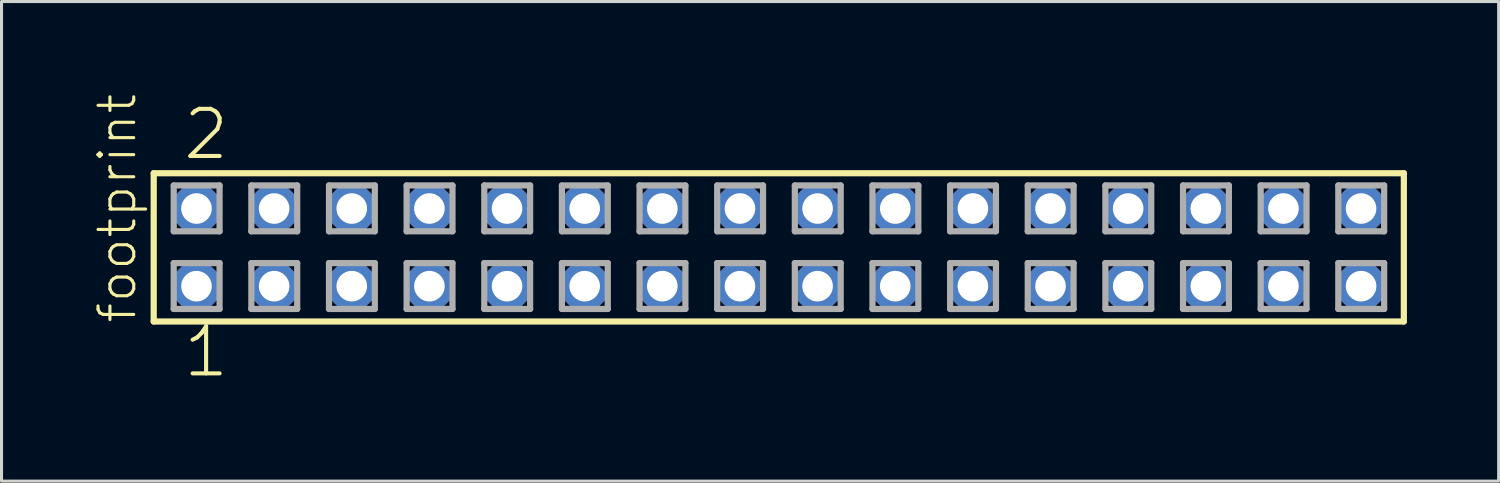
<source format=kicad_pcb>
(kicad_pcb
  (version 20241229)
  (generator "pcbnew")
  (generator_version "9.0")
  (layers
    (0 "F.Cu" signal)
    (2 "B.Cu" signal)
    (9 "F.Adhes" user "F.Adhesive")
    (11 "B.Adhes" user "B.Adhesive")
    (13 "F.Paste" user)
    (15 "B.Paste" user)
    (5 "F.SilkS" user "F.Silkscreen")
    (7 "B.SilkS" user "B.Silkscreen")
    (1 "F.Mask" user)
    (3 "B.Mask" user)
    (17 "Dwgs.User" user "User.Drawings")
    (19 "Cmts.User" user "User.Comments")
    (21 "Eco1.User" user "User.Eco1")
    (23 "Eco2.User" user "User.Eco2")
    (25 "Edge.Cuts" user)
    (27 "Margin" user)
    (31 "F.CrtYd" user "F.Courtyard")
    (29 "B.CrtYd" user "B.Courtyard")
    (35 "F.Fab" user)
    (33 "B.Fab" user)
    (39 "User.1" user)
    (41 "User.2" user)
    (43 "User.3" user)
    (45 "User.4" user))
  (footprint "footprint"
    (layer "F.Cu")
    (at 22.428 5.042)
    (property "Reference" "footprint" (at -20.955 2.54 90) (layer "F.SilkS") (effects (font (size 1.168 1.168) (thickness 0.102)) (justify left bottom)))
    (fp_line (start -20.449 -2.425) (end 20.449 -2.425) (stroke (width 0.203) (type solid)) (layer "F.SilkS"))
    (fp_line (start -20.449 2.425) (end -20.449 -2.425) (stroke (width 0.203) (type solid)) (layer "F.SilkS"))
    (fp_line (start 20.449 -2.425) (end 20.449 2.425) (stroke (width 0.203) (type solid)) (layer "F.SilkS"))
    (fp_line (start 20.449 2.425) (end -20.449 2.425) (stroke (width 0.203) (type solid)) (layer "F.SilkS"))
    (fp_line (start -19.795 -2.025) (end -18.295 -2.025) (stroke (width 0.203) (type solid)) (layer "F.Fab"))
    (fp_line (start -19.795 -0.525) (end -19.795 -2.025) (stroke (width 0.203) (type solid)) (layer "F.Fab"))
    (fp_line (start -19.795 0.515) (end -18.295 0.515) (stroke (width 0.203) (type solid)) (layer "F.Fab"))
    (fp_line (start -19.795 2.015) (end -19.795 0.515) (stroke (width 0.203) (type solid)) (layer "F.Fab"))
    (fp_line (start -18.295 -2.025) (end -18.295 -0.525) (stroke (width 0.203) (type solid)) (layer "F.Fab"))
    (fp_line (start -18.295 -0.525) (end -19.795 -0.525) (stroke (width 0.203) (type solid)) (layer "F.Fab"))
    (fp_line (start -18.295 0.515) (end -18.295 2.015) (stroke (width 0.203) (type solid)) (layer "F.Fab"))
    (fp_line (start -18.295 2.015) (end -19.795 2.015) (stroke (width 0.203) (type solid)) (layer "F.Fab"))
    (fp_line (start -17.255 -2.025) (end -15.755 -2.025) (stroke (width 0.203) (type solid)) (layer "F.Fab"))
    (fp_line (start -17.255 -0.525) (end -17.255 -2.025) (stroke (width 0.203) (type solid)) (layer "F.Fab"))
    (fp_line (start -17.255 0.515) (end -15.755 0.515) (stroke (width 0.203) (type solid)) (layer "F.Fab"))
    (fp_line (start -17.255 2.015) (end -17.255 0.515) (stroke (width 0.203) (type solid)) (layer "F.Fab"))
    (fp_line (start -15.755 -2.025) (end -15.755 -0.525) (stroke (width 0.203) (type solid)) (layer "F.Fab"))
    (fp_line (start -15.755 -0.525) (end -17.255 -0.525) (stroke (width 0.203) (type solid)) (layer "F.Fab"))
    (fp_line (start -15.755 0.515) (end -15.755 2.015) (stroke (width 0.203) (type solid)) (layer "F.Fab"))
    (fp_line (start -15.755 2.015) (end -17.255 2.015) (stroke (width 0.203) (type solid)) (layer "F.Fab"))
    (fp_line (start -14.715 -2.025) (end -13.215 -2.025) (stroke (width 0.203) (type solid)) (layer "F.Fab"))
    (fp_line (start -14.715 -0.525) (end -14.715 -2.025) (stroke (width 0.203) (type solid)) (layer "F.Fab"))
    (fp_line (start -14.715 0.515) (end -13.215 0.515) (stroke (width 0.203) (type solid)) (layer "F.Fab"))
    (fp_line (start -14.715 2.015) (end -14.715 0.515) (stroke (width 0.203) (type solid)) (layer "F.Fab"))
    (fp_line (start -13.215 -2.025) (end -13.215 -0.525) (stroke (width 0.203) (type solid)) (layer "F.Fab"))
    (fp_line (start -13.215 -0.525) (end -14.715 -0.525) (stroke (width 0.203) (type solid)) (layer "F.Fab"))
    (fp_line (start -13.215 0.515) (end -13.215 2.015) (stroke (width 0.203) (type solid)) (layer "F.Fab"))
    (fp_line (start -13.215 2.015) (end -14.715 2.015) (stroke (width 0.203) (type solid)) (layer "F.Fab"))
    (fp_line (start -12.175 -2.025) (end -10.675 -2.025) (stroke (width 0.203) (type solid)) (layer "F.Fab"))
    (fp_line (start -12.175 -0.525) (end -12.175 -2.025) (stroke (width 0.203) (type solid)) (layer "F.Fab"))
    (fp_line (start -12.175 0.515) (end -10.675 0.515) (stroke (width 0.203) (type solid)) (layer "F.Fab"))
    (fp_line (start -12.175 2.015) (end -12.175 0.515) (stroke (width 0.203) (type solid)) (layer "F.Fab"))
    (fp_line (start -10.675 -2.025) (end -10.675 -0.525) (stroke (width 0.203) (type solid)) (layer "F.Fab"))
    (fp_line (start -10.675 -0.525) (end -12.175 -0.525) (stroke (width 0.203) (type solid)) (layer "F.Fab"))
    (fp_line (start -10.675 0.515) (end -10.675 2.015) (stroke (width 0.203) (type solid)) (layer "F.Fab"))
    (fp_line (start -10.675 2.015) (end -12.175 2.015) (stroke (width 0.203) (type solid)) (layer "F.Fab"))
    (fp_line (start -9.635 -2.025) (end -8.135 -2.025) (stroke (width 0.203) (type solid)) (layer "F.Fab"))
    (fp_line (start -9.635 -0.525) (end -9.635 -2.025) (stroke (width 0.203) (type solid)) (layer "F.Fab"))
    (fp_line (start -9.635 0.515) (end -8.135 0.515) (stroke (width 0.203) (type solid)) (layer "F.Fab"))
    (fp_line (start -9.635 2.015) (end -9.635 0.515) (stroke (width 0.203) (type solid)) (layer "F.Fab"))
    (fp_line (start -8.135 -2.025) (end -8.135 -0.525) (stroke (width 0.203) (type solid)) (layer "F.Fab"))
    (fp_line (start -8.135 -0.525) (end -9.635 -0.525) (stroke (width 0.203) (type solid)) (layer "F.Fab"))
    (fp_line (start -8.135 0.515) (end -8.135 2.015) (stroke (width 0.203) (type solid)) (layer "F.Fab"))
    (fp_line (start -8.135 2.015) (end -9.635 2.015) (stroke (width 0.203) (type solid)) (layer "F.Fab"))
    (fp_line (start -7.095 -2.025) (end -5.595 -2.025) (stroke (width 0.203) (type solid)) (layer "F.Fab"))
    (fp_line (start -7.095 -0.525) (end -7.095 -2.025) (stroke (width 0.203) (type solid)) (layer "F.Fab"))
    (fp_line (start -7.095 0.515) (end -5.595 0.515) (stroke (width 0.203) (type solid)) (layer "F.Fab"))
    (fp_line (start -7.095 2.015) (end -7.095 0.515) (stroke (width 0.203) (type solid)) (layer "F.Fab"))
    (fp_line (start -5.595 -2.025) (end -5.595 -0.525) (stroke (width 0.203) (type solid)) (layer "F.Fab"))
    (fp_line (start -5.595 -0.525) (end -7.095 -0.525) (stroke (width 0.203) (type solid)) (layer "F.Fab"))
    (fp_line (start -5.595 0.515) (end -5.595 2.015) (stroke (width 0.203) (type solid)) (layer "F.Fab"))
    (fp_line (start -5.595 2.015) (end -7.095 2.015) (stroke (width 0.203) (type solid)) (layer "F.Fab"))
    (fp_line (start -4.555 -2.025) (end -3.055 -2.025) (stroke (width 0.203) (type solid)) (layer "F.Fab"))
    (fp_line (start -4.555 -0.525) (end -4.555 -2.025) (stroke (width 0.203) (type solid)) (layer "F.Fab"))
    (fp_line (start -4.555 0.515) (end -3.055 0.515) (stroke (width 0.203) (type solid)) (layer "F.Fab"))
    (fp_line (start -4.555 2.015) (end -4.555 0.515) (stroke (width 0.203) (type solid)) (layer "F.Fab"))
    (fp_line (start -3.055 -2.025) (end -3.055 -0.525) (stroke (width 0.203) (type solid)) (layer "F.Fab"))
    (fp_line (start -3.055 -0.525) (end -4.555 -0.525) (stroke (width 0.203) (type solid)) (layer "F.Fab"))
    (fp_line (start -3.055 0.515) (end -3.055 2.015) (stroke (width 0.203) (type solid)) (layer "F.Fab"))
    (fp_line (start -3.055 2.015) (end -4.555 2.015) (stroke (width 0.203) (type solid)) (layer "F.Fab"))
    (fp_line (start -2.015 -2.025) (end -0.515 -2.025) (stroke (width 0.203) (type solid)) (layer "F.Fab"))
    (fp_line (start -2.015 -0.525) (end -2.015 -2.025) (stroke (width 0.203) (type solid)) (layer "F.Fab"))
    (fp_line (start -2.015 0.515) (end -0.515 0.515) (stroke (width 0.203) (type solid)) (layer "F.Fab"))
    (fp_line (start -2.015 2.015) (end -2.015 0.515) (stroke (width 0.203) (type solid)) (layer "F.Fab"))
    (fp_line (start -0.515 -2.025) (end -0.515 -0.525) (stroke (width 0.203) (type solid)) (layer "F.Fab"))
    (fp_line (start -0.515 -0.525) (end -2.015 -0.525) (stroke (width 0.203) (type solid)) (layer "F.Fab"))
    (fp_line (start -0.515 0.515) (end -0.515 2.015) (stroke (width 0.203) (type solid)) (layer "F.Fab"))
    (fp_line (start -0.515 2.015) (end -2.015 2.015) (stroke (width 0.203) (type solid)) (layer "F.Fab"))
    (fp_line (start 0.525 -2.025) (end 2.025 -2.025) (stroke (width 0.203) (type solid)) (layer "F.Fab"))
    (fp_line (start 0.525 -0.525) (end 0.525 -2.025) (stroke (width 0.203) (type solid)) (layer "F.Fab"))
    (fp_line (start 0.525 0.515) (end 2.025 0.515) (stroke (width 0.203) (type solid)) (layer "F.Fab"))
    (fp_line (start 0.525 2.015) (end 0.525 0.515) (stroke (width 0.203) (type solid)) (layer "F.Fab"))
    (fp_line (start 2.025 -2.025) (end 2.025 -0.525) (stroke (width 0.203) (type solid)) (layer "F.Fab"))
    (fp_line (start 2.025 -0.525) (end 0.525 -0.525) (stroke (width 0.203) (type solid)) (layer "F.Fab"))
    (fp_line (start 2.025 0.515) (end 2.025 2.015) (stroke (width 0.203) (type solid)) (layer "F.Fab"))
    (fp_line (start 2.025 2.015) (end 0.525 2.015) (stroke (width 0.203) (type solid)) (layer "F.Fab"))
    (fp_line (start 3.065 -2.025) (end 4.565 -2.025) (stroke (width 0.203) (type solid)) (layer "F.Fab"))
    (fp_line (start 3.065 -0.525) (end 3.065 -2.025) (stroke (width 0.203) (type solid)) (layer "F.Fab"))
    (fp_line (start 3.065 0.515) (end 4.565 0.515) (stroke (width 0.203) (type solid)) (layer "F.Fab"))
    (fp_line (start 3.065 2.015) (end 3.065 0.515) (stroke (width 0.203) (type solid)) (layer "F.Fab"))
    (fp_line (start 4.565 -2.025) (end 4.565 -0.525) (stroke (width 0.203) (type solid)) (layer "F.Fab"))
    (fp_line (start 4.565 -0.525) (end 3.065 -0.525) (stroke (width 0.203) (type solid)) (layer "F.Fab"))
    (fp_line (start 4.565 0.515) (end 4.565 2.015) (stroke (width 0.203) (type solid)) (layer "F.Fab"))
    (fp_line (start 4.565 2.015) (end 3.065 2.015) (stroke (width 0.203) (type solid)) (layer "F.Fab"))
    (fp_line (start 5.605 -2.025) (end 7.105 -2.025) (stroke (width 0.203) (type solid)) (layer "F.Fab"))
    (fp_line (start 5.605 -0.525) (end 5.605 -2.025) (stroke (width 0.203) (type solid)) (layer "F.Fab"))
    (fp_line (start 5.605 0.515) (end 7.105 0.515) (stroke (width 0.203) (type solid)) (layer "F.Fab"))
    (fp_line (start 5.605 2.015) (end 5.605 0.515) (stroke (width 0.203) (type solid)) (layer "F.Fab"))
    (fp_line (start 7.105 -2.025) (end 7.105 -0.525) (stroke (width 0.203) (type solid)) (layer "F.Fab"))
    (fp_line (start 7.105 -0.525) (end 5.605 -0.525) (stroke (width 0.203) (type solid)) (layer "F.Fab"))
    (fp_line (start 7.105 0.515) (end 7.105 2.015) (stroke (width 0.203) (type solid)) (layer "F.Fab"))
    (fp_line (start 7.105 2.015) (end 5.605 2.015) (stroke (width 0.203) (type solid)) (layer "F.Fab"))
    (fp_line (start 8.145 -2.025) (end 9.645 -2.025) (stroke (width 0.203) (type solid)) (layer "F.Fab"))
    (fp_line (start 8.145 -0.525) (end 8.145 -2.025) (stroke (width 0.203) (type solid)) (layer "F.Fab"))
    (fp_line (start 8.145 0.515) (end 9.645 0.515) (stroke (width 0.203) (type solid)) (layer "F.Fab"))
    (fp_line (start 8.145 2.015) (end 8.145 0.515) (stroke (width 0.203) (type solid)) (layer "F.Fab"))
    (fp_line (start 9.645 -2.025) (end 9.645 -0.525) (stroke (width 0.203) (type solid)) (layer "F.Fab"))
    (fp_line (start 9.645 -0.525) (end 8.145 -0.525) (stroke (width 0.203) (type solid)) (layer "F.Fab"))
    (fp_line (start 9.645 0.515) (end 9.645 2.015) (stroke (width 0.203) (type solid)) (layer "F.Fab"))
    (fp_line (start 9.645 2.015) (end 8.145 2.015) (stroke (width 0.203) (type solid)) (layer "F.Fab"))
    (fp_line (start 10.685 -2.025) (end 12.185 -2.025) (stroke (width 0.203) (type solid)) (layer "F.Fab"))
    (fp_line (start 10.685 -0.525) (end 10.685 -2.025) (stroke (width 0.203) (type solid)) (layer "F.Fab"))
    (fp_line (start 10.685 0.515) (end 12.185 0.515) (stroke (width 0.203) (type solid)) (layer "F.Fab"))
    (fp_line (start 10.685 2.015) (end 10.685 0.515) (stroke (width 0.203) (type solid)) (layer "F.Fab"))
    (fp_line (start 12.185 -2.025) (end 12.185 -0.525) (stroke (width 0.203) (type solid)) (layer "F.Fab"))
    (fp_line (start 12.185 -0.525) (end 10.685 -0.525) (stroke (width 0.203) (type solid)) (layer "F.Fab"))
    (fp_line (start 12.185 0.515) (end 12.185 2.015) (stroke (width 0.203) (type solid)) (layer "F.Fab"))
    (fp_line (start 12.185 2.015) (end 10.685 2.015) (stroke (width 0.203) (type solid)) (layer "F.Fab"))
    (fp_line (start 13.225 -2.025) (end 14.725 -2.025) (stroke (width 0.203) (type solid)) (layer "F.Fab"))
    (fp_line (start 13.225 -0.525) (end 13.225 -2.025) (stroke (width 0.203) (type solid)) (layer "F.Fab"))
    (fp_line (start 13.225 0.515) (end 14.725 0.515) (stroke (width 0.203) (type solid)) (layer "F.Fab"))
    (fp_line (start 13.225 2.015) (end 13.225 0.515) (stroke (width 0.203) (type solid)) (layer "F.Fab"))
    (fp_line (start 14.725 -2.025) (end 14.725 -0.525) (stroke (width 0.203) (type solid)) (layer "F.Fab"))
    (fp_line (start 14.725 -0.525) (end 13.225 -0.525) (stroke (width 0.203) (type solid)) (layer "F.Fab"))
    (fp_line (start 14.725 0.515) (end 14.725 2.015) (stroke (width 0.203) (type solid)) (layer "F.Fab"))
    (fp_line (start 14.725 2.015) (end 13.225 2.015) (stroke (width 0.203) (type solid)) (layer "F.Fab"))
    (fp_line (start 15.765 -2.025) (end 17.265 -2.025) (stroke (width 0.203) (type solid)) (layer "F.Fab"))
    (fp_line (start 15.765 -0.525) (end 15.765 -2.025) (stroke (width 0.203) (type solid)) (layer "F.Fab"))
    (fp_line (start 15.765 0.515) (end 17.265 0.515) (stroke (width 0.203) (type solid)) (layer "F.Fab"))
    (fp_line (start 15.765 2.015) (end 15.765 0.515) (stroke (width 0.203) (type solid)) (layer "F.Fab"))
    (fp_line (start 17.265 -2.025) (end 17.265 -0.525) (stroke (width 0.203) (type solid)) (layer "F.Fab"))
    (fp_line (start 17.265 -0.525) (end 15.765 -0.525) (stroke (width 0.203) (type solid)) (layer "F.Fab"))
    (fp_line (start 17.265 0.515) (end 17.265 2.015) (stroke (width 0.203) (type solid)) (layer "F.Fab"))
    (fp_line (start 17.265 2.015) (end 15.765 2.015) (stroke (width 0.203) (type solid)) (layer "F.Fab"))
    (fp_line (start 18.305 -2.025) (end 19.805 -2.025) (stroke (width 0.203) (type solid)) (layer "F.Fab"))
    (fp_line (start 18.305 -0.525) (end 18.305 -2.025) (stroke (width 0.203) (type solid)) (layer "F.Fab"))
    (fp_line (start 18.305 0.515) (end 19.805 0.515) (stroke (width 0.203) (type solid)) (layer "F.Fab"))
    (fp_line (start 18.305 2.015) (end 18.305 0.515) (stroke (width 0.203) (type solid)) (layer "F.Fab"))
    (fp_line (start 19.805 -2.025) (end 19.805 -0.525) (stroke (width 0.203) (type solid)) (layer "F.Fab"))
    (fp_line (start 19.805 -0.525) (end 18.305 -0.525) (stroke (width 0.203) (type solid)) (layer "F.Fab"))
    (fp_line (start 19.805 0.515) (end 19.805 2.015) (stroke (width 0.203) (type solid)) (layer "F.Fab"))
    (fp_line (start 19.805 2.015) (end 18.305 2.015) (stroke (width 0.203) (type solid)) (layer "F.Fab"))
    (fp_text user "1" (at -19.558 4.318 0) (layer "F.SilkS") (effects (font (size 1.542 1.542) (thickness 0.134)) (justify left bottom)))
    (fp_text user "2" (at -19.558 -2.794 0) (layer "F.SilkS") (effects (font (size 1.542 1.542) (thickness 0.134)) (justify left bottom)))
    (pad "1" thru_hole roundrect (at -19.05 1.27) (size 1.5 1.5) (drill 1) (layers "*.Cu" "*.Mask") (roundrect_rratio 0.25) (chamfer_ratio 0.25) (chamfer top_left top_right bottom_left bottom_right))
    (pad "2" thru_hole roundrect (at -19.05 -1.27) (size 1.5 1.5) (drill 1) (layers "*.Cu" "*.Mask") (roundrect_rratio 0.25) (chamfer_ratio 0.25) (chamfer top_left top_right bottom_left bottom_right))
    (pad "3" thru_hole roundrect (at -16.51 1.27) (size 1.5 1.5) (drill 1) (layers "*.Cu" "*.Mask") (roundrect_rratio 0.25) (chamfer_ratio 0.25) (chamfer top_left top_right bottom_left bottom_right))
    (pad "4" thru_hole roundrect (at -16.51 -1.27) (size 1.5 1.5) (drill 1) (layers "*.Cu" "*.Mask") (roundrect_rratio 0.25) (chamfer_ratio 0.25) (chamfer top_left top_right bottom_left bottom_right))
    (pad "5" thru_hole roundrect (at -13.97 1.27) (size 1.5 1.5) (drill 1) (layers "*.Cu" "*.Mask") (roundrect_rratio 0.25) (chamfer_ratio 0.25) (chamfer top_left top_right bottom_left bottom_right))
    (pad "6" thru_hole roundrect (at -13.97 -1.27) (size 1.5 1.5) (drill 1) (layers "*.Cu" "*.Mask") (roundrect_rratio 0.25) (chamfer_ratio 0.25) (chamfer top_left top_right bottom_left bottom_right))
    (pad "7" thru_hole roundrect (at -11.43 1.27) (size 1.5 1.5) (drill 1) (layers "*.Cu" "*.Mask") (roundrect_rratio 0.25) (chamfer_ratio 0.25) (chamfer top_left top_right bottom_left bottom_right))
    (pad "8" thru_hole roundrect (at -11.43 -1.27) (size 1.5 1.5) (drill 1) (layers "*.Cu" "*.Mask") (roundrect_rratio 0.25) (chamfer_ratio 0.25) (chamfer top_left top_right bottom_left bottom_right))
    (pad "9" thru_hole roundrect (at -8.89 1.27) (size 1.5 1.5) (drill 1) (layers "*.Cu" "*.Mask") (roundrect_rratio 0.25) (chamfer_ratio 0.25) (chamfer top_left top_right bottom_left bottom_right))
    (pad "10" thru_hole roundrect (at -8.89 -1.27) (size 1.5 1.5) (drill 1) (layers "*.Cu" "*.Mask") (roundrect_rratio 0.25) (chamfer_ratio 0.25) (chamfer top_left top_right bottom_left bottom_right))
    (pad "11" thru_hole roundrect (at -6.35 1.27) (size 1.5 1.5) (drill 1) (layers "*.Cu" "*.Mask") (roundrect_rratio 0.25) (chamfer_ratio 0.25) (chamfer top_left top_right bottom_left bottom_right))
    (pad "12" thru_hole roundrect (at -6.35 -1.27) (size 1.5 1.5) (drill 1) (layers "*.Cu" "*.Mask") (roundrect_rratio 0.25) (chamfer_ratio 0.25) (chamfer top_left top_right bottom_left bottom_right))
    (pad "13" thru_hole roundrect (at -3.81 1.27) (size 1.5 1.5) (drill 1) (layers "*.Cu" "*.Mask") (roundrect_rratio 0.25) (chamfer_ratio 0.25) (chamfer top_left top_right bottom_left bottom_right))
    (pad "14" thru_hole roundrect (at -3.81 -1.27) (size 1.5 1.5) (drill 1) (layers "*.Cu" "*.Mask") (roundrect_rratio 0.25) (chamfer_ratio 0.25) (chamfer top_left top_right bottom_left bottom_right))
    (pad "15" thru_hole roundrect (at -1.27 1.27) (size 1.5 1.5) (drill 1) (layers "*.Cu" "*.Mask") (roundrect_rratio 0.25) (chamfer_ratio 0.25) (chamfer top_left top_right bottom_left bottom_right))
    (pad "16" thru_hole roundrect (at -1.27 -1.27) (size 1.5 1.5) (drill 1) (layers "*.Cu" "*.Mask") (roundrect_rratio 0.25) (chamfer_ratio 0.25) (chamfer top_left top_right bottom_left bottom_right))
    (pad "17" thru_hole roundrect (at 1.27 1.27) (size 1.5 1.5) (drill 1) (layers "*.Cu" "*.Mask") (roundrect_rratio 0.25) (chamfer_ratio 0.25) (chamfer top_left top_right bottom_left bottom_right))
    (pad "18" thru_hole roundrect (at 1.27 -1.27) (size 1.5 1.5) (drill 1) (layers "*.Cu" "*.Mask") (roundrect_rratio 0.25) (chamfer_ratio 0.25) (chamfer top_left top_right bottom_left bottom_right))
    (pad "19" thru_hole roundrect (at 3.81 1.27) (size 1.5 1.5) (drill 1) (layers "*.Cu" "*.Mask") (roundrect_rratio 0.25) (chamfer_ratio 0.25) (chamfer top_left top_right bottom_left bottom_right))
    (pad "20" thru_hole roundrect (at 3.81 -1.27) (size 1.5 1.5) (drill 1) (layers "*.Cu" "*.Mask") (roundrect_rratio 0.25) (chamfer_ratio 0.25) (chamfer top_left top_right bottom_left bottom_right))
    (pad "21" thru_hole roundrect (at 6.35 1.27) (size 1.5 1.5) (drill 1) (layers "*.Cu" "*.Mask") (roundrect_rratio 0.25) (chamfer_ratio 0.25) (chamfer top_left top_right bottom_left bottom_right))
    (pad "22" thru_hole roundrect (at 6.35 -1.27) (size 1.5 1.5) (drill 1) (layers "*.Cu" "*.Mask") (roundrect_rratio 0.25) (chamfer_ratio 0.25) (chamfer top_left top_right bottom_left bottom_right))
    (pad "23" thru_hole roundrect (at 8.89 1.27) (size 1.5 1.5) (drill 1) (layers "*.Cu" "*.Mask") (roundrect_rratio 0.25) (chamfer_ratio 0.25) (chamfer top_left top_right bottom_left bottom_right))
    (pad "24" thru_hole roundrect (at 8.89 -1.27) (size 1.5 1.5) (drill 1) (layers "*.Cu" "*.Mask") (roundrect_rratio 0.25) (chamfer_ratio 0.25) (chamfer top_left top_right bottom_left bottom_right))
    (pad "25" thru_hole roundrect (at 11.43 1.27) (size 1.5 1.5) (drill 1) (layers "*.Cu" "*.Mask") (roundrect_rratio 0.25) (chamfer_ratio 0.25) (chamfer top_left top_right bottom_left bottom_right))
    (pad "26" thru_hole roundrect (at 11.43 -1.27) (size 1.5 1.5) (drill 1) (layers "*.Cu" "*.Mask") (roundrect_rratio 0.25) (chamfer_ratio 0.25) (chamfer top_left top_right bottom_left bottom_right))
    (pad "27" thru_hole roundrect (at 13.97 1.27) (size 1.5 1.5) (drill 1) (layers "*.Cu" "*.Mask") (roundrect_rratio 0.25) (chamfer_ratio 0.25) (chamfer top_left top_right bottom_left bottom_right))
    (pad "28" thru_hole roundrect (at 13.97 -1.27) (size 1.5 1.5) (drill 1) (layers "*.Cu" "*.Mask") (roundrect_rratio 0.25) (chamfer_ratio 0.25) (chamfer top_left top_right bottom_left bottom_right))
    (pad "29" thru_hole roundrect (at 16.51 1.27) (size 1.5 1.5) (drill 1) (layers "*.Cu" "*.Mask") (roundrect_rratio 0.25) (chamfer_ratio 0.25) (chamfer top_left top_right bottom_left bottom_right))
    (pad "30" thru_hole roundrect (at 16.51 -1.27) (size 1.5 1.5) (drill 1) (layers "*.Cu" "*.Mask") (roundrect_rratio 0.25) (chamfer_ratio 0.25) (chamfer top_left top_right bottom_left bottom_right))
    (pad "31" thru_hole roundrect (at 19.05 1.27) (size 1.5 1.5) (drill 1) (layers "*.Cu" "*.Mask") (roundrect_rratio 0.25) (chamfer_ratio 0.25) (chamfer top_left top_right bottom_left bottom_right))
    (pad "32" thru_hole roundrect (at 19.05 -1.27) (size 1.5 1.5) (drill 1) (layers "*.Cu" "*.Mask") (roundrect_rratio 0.25) (chamfer_ratio 0.25) (chamfer top_left top_right bottom_left bottom_right)))
  (gr_rect
    (start -3 -3)
    (end 45.979 12.691)
    (stroke (width 0.1) (type default))
    (fill no)
    (layer "Edge.Cuts")))
</source>
